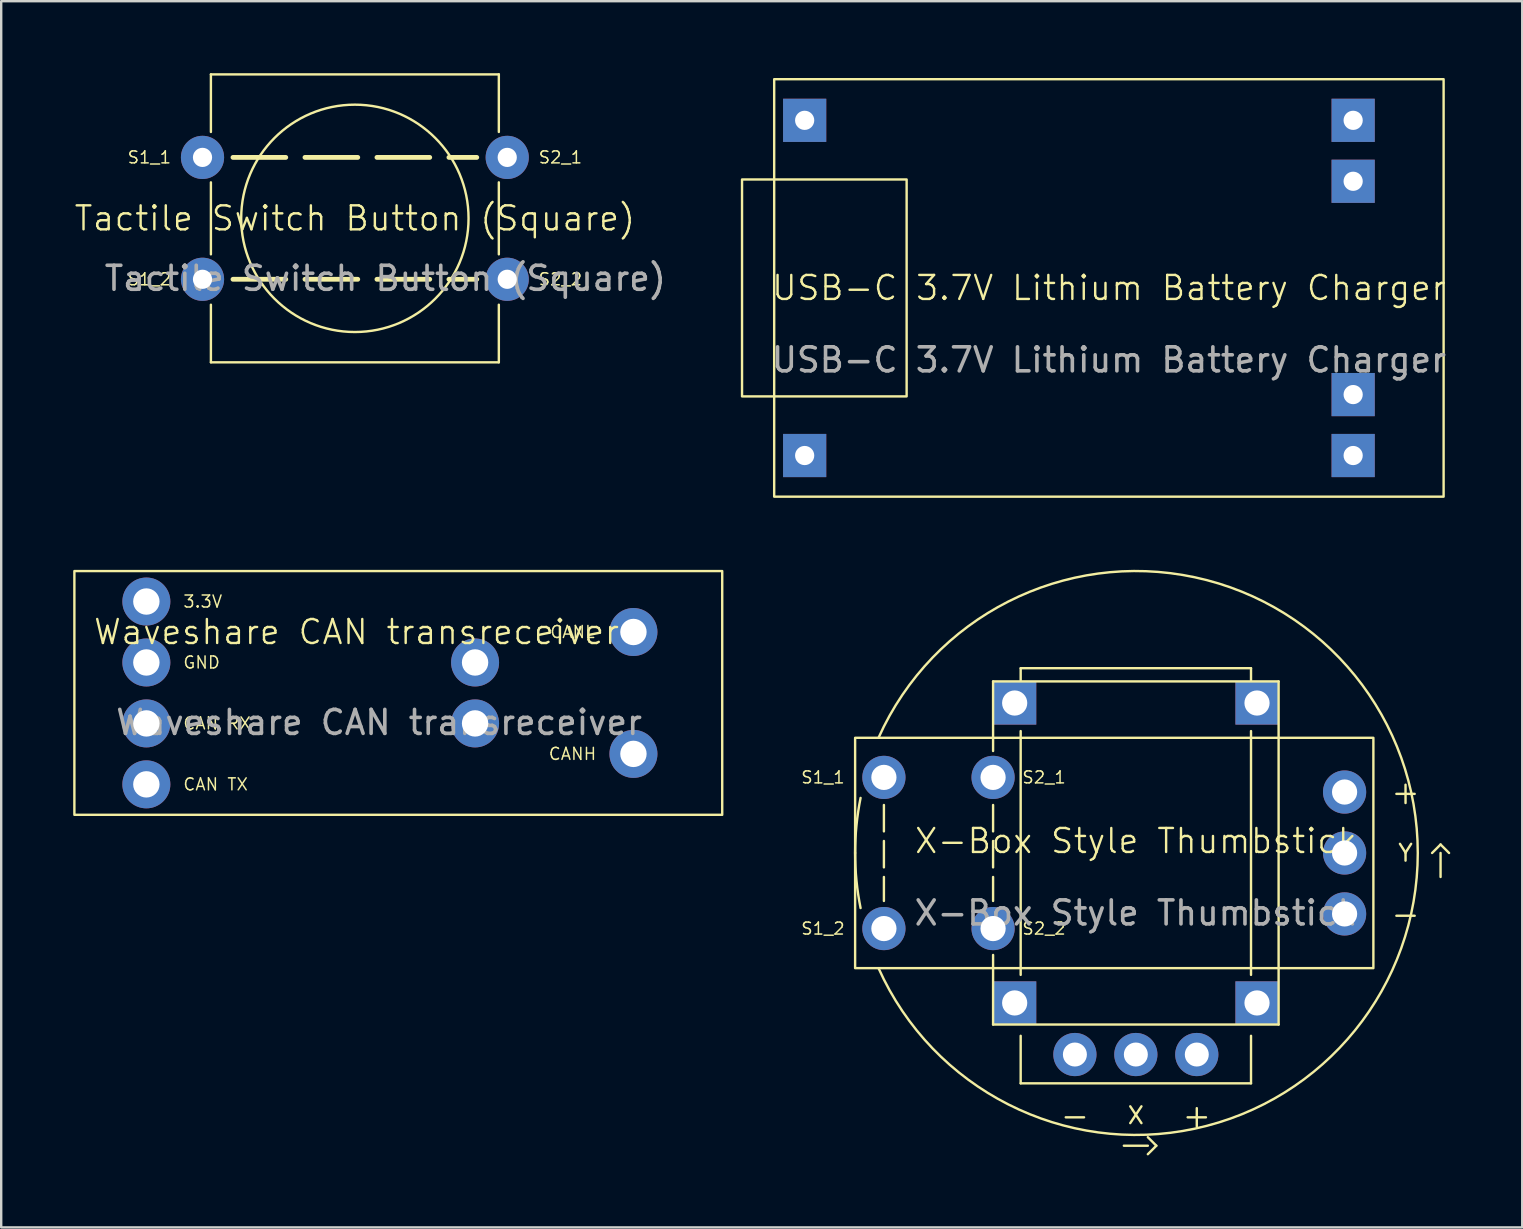
<source format=kicad_pcb>
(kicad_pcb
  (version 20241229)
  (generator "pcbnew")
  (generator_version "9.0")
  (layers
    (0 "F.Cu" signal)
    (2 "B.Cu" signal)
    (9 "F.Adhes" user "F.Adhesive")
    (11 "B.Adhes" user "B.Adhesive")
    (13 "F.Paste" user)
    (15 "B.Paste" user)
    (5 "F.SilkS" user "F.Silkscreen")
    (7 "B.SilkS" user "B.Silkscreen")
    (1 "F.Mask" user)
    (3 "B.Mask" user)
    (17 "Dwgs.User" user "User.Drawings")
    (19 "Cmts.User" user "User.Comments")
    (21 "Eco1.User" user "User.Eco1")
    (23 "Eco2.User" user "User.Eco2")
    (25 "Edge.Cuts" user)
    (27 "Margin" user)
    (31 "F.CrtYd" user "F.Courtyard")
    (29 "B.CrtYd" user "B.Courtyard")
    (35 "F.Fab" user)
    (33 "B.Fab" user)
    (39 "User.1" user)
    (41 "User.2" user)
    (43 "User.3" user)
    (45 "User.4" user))
  (footprint "Tactile Switch Button (Square)"
    (layer "F.Cu")
    (at 11.74 6.05)
    (property "Reference" "Tactile Switch Button (Square)" (at 0 0 0) (unlocked yes) (layer "F.SilkS") (effects (font (size 1 1) (thickness 0.1))))
    (fp_line (start -6 -6) (end -6 -3.6) (stroke (width 0.1) (type solid)) (layer "F.SilkS"))
    (fp_line (start -6 -6) (end 6 -6) (stroke (width 0.1) (type default)) (layer "F.SilkS"))
    (fp_line (start -6 1.5) (end -6 -1.5) (stroke (width 0.1) (type solid)) (layer "F.SilkS"))
    (fp_line (start -6 6) (end -6 3.6) (stroke (width 0.1) (type solid)) (layer "F.SilkS"))
    (fp_line (start -5.08 -2.54) (end 5.08 -2.54) (stroke (width 0.2) (type dash)) (layer "F.SilkS"))
    (fp_line (start -5.08 2.54) (end 5.08 2.54) (stroke (width 0.2) (type dash)) (layer "F.SilkS"))
    (fp_line (start 6 -6) (end 6 -3.6) (stroke (width 0.1) (type solid)) (layer "F.SilkS"))
    (fp_line (start 6 -1.5) (end 6 1.5) (stroke (width 0.1) (type solid)) (layer "F.SilkS"))
    (fp_line (start 6 3.6) (end 6 6) (stroke (width 0.1) (type solid)) (layer "F.SilkS"))
    (fp_line (start 6 6) (end -6 6) (stroke (width 0.1) (type default)) (layer "F.SilkS"))
    (fp_circle (center 0 0) (end 3.35 3.35) (stroke (width 0.1) (type solid)) (fill no) (layer "F.SilkS"))
    (fp_text user "S2_2" (at 7.62 2.54 0) (unlocked yes) (layer "F.SilkS") (effects (font (size 0.5 0.5) (thickness 0.062)) (justify left)))
    (fp_text user "S2_1" (at 7.62 -2.54 0) (unlocked yes) (layer "F.SilkS") (effects (font (size 0.5 0.5) (thickness 0.062)) (justify left)))
    (fp_text user "S1_1" (at -7.62 -2.54 0) (unlocked yes) (layer "F.SilkS") (effects (font (size 0.5 0.5) (thickness 0.062)) (justify right)))
    (fp_text user "S1_2" (at -7.62 2.54 0) (unlocked yes) (layer "F.SilkS") (effects (font (size 0.5 0.5) (thickness 0.062)) (justify right)))
    (fp_text user "${REFERENCE}" (at 1.27 2.5 0) (unlocked yes) (layer "F.Fab") (effects (font (size 1 1) (thickness 0.15))))
    (pad "1" thru_hole circle (at -6.35 -2.54) (size 1.8 1.8) (drill 0.8) (layers "*.Cu" "*.Mask"))
    (pad "2" thru_hole circle (at -6.35 2.54) (size 1.8 1.8) (drill 0.8) (layers "*.Cu" "*.Mask"))
    (pad "3" thru_hole circle (at 6.35 -2.54) (size 1.8 1.8) (drill 0.8) (layers "*.Cu" "*.Mask"))
    (pad "4" thru_hole circle (at 6.35 2.54) (size 1.8 1.8) (drill 0.8) (layers "*.Cu" "*.Mask")))
  (footprint "USB-C 3.7V Lithium Battery Charger"
    (layer "F.Cu")
    (at 29.216 0.25)
    (property "Reference" "USB-C 3.7V Lithium Battery Charger" (at 13.95 8.7 0) (unlocked yes) (layer "F.SilkS") (effects (font (size 1 1) (thickness 0.1))))
    (fp_rect (start -1.34 4.18) (end 5.52 13.22) (stroke (width 0.1) (type solid)) (fill no) (layer "F.SilkS"))
    (fp_rect (start 0 0) (end 27.9 17.4) (stroke (width 0.1) (type solid)) (fill no) (layer "F.SilkS"))
    (fp_text user "${REFERENCE}" (at 13.95 11.7 0) (unlocked yes) (layer "F.Fab") (effects (font (size 1 1) (thickness 0.15))))
    (pad "1" thru_hole rect (at 1.27 1.715) (size 1.8 1.8) (drill 0.8) (layers "*.Cu" "*.Mask"))
    (pad "1" thru_hole rect (at 1.27 15.685) (size 1.8 1.8) (drill 0.8) (layers "*.Cu" "*.Mask"))
    (pad "1" thru_hole rect (at 24.13 1.715) (size 1.8 1.8) (drill 0.8) (layers "*.Cu" "*.Mask"))
    (pad "1" thru_hole rect (at 24.13 4.255) (size 1.8 1.8) (drill 0.8) (layers "*.Cu" "*.Mask"))
    (pad "1" thru_hole rect (at 24.13 13.145) (size 1.8 1.8) (drill 0.8) (layers "*.Cu" "*.Mask"))
    (pad "1" thru_hole rect (at 24.13 15.685) (size 1.8 1.8) (drill 0.8) (layers "*.Cu" "*.Mask")))
  (footprint "X-Box Style Thumbstick"
    (layer "F.Cu")
    (at 44.289 32.5)
    (property "Reference" "X-Box Style Thumbstick" (at 0 -0.5 0) (unlocked yes) (layer "F.SilkS") (effects (font (size 1 1) (thickness 0.1))))
    (fp_line (start -10.5 -2) (end -10.5 2) (stroke (width 0.1) (type dash)) (layer "F.SilkS"))
    (fp_line (start -5.95 -7.15) (end -5.95 -4.25) (stroke (width 0.1) (type solid)) (layer "F.SilkS"))
    (fp_line (start -5.95 -2) (end -5.95 2) (stroke (width 0.1) (type dash)) (layer "F.SilkS"))
    (fp_line (start -5.95 7.15) (end -5.95 4.25) (stroke (width 0.1) (type solid)) (layer "F.SilkS"))
    (fp_line (start -5.95 7.15) (end 5.95 7.15) (stroke (width 0.1) (type default)) (layer "F.SilkS"))
    (fp_line (start -4.8 -7.7) (end -4.8 -7.2) (stroke (width 0.1) (type solid)) (layer "F.SilkS"))
    (fp_line (start -4.8 -7.7) (end 4.8 -7.7) (stroke (width 0.1) (type default)) (layer "F.SilkS"))
    (fp_line (start -4.8 -5.08) (end -4.8 5.08) (stroke (width 0.1) (type default)) (layer "F.SilkS"))
    (fp_line (start -4.8 9.6) (end -4.8 7.62) (stroke (width 0.1) (type default)) (layer "F.SilkS"))
    (fp_line (start 0.5 12.2) (end -0.5 12.2) (stroke (width 0.1) (type solid)) (layer "F.SilkS"))
    (fp_line (start 0.854 12.2) (end 0.5 11.846) (stroke (width 0.1) (type solid)) (layer "F.SilkS"))
    (fp_line (start 0.854 12.2) (end 0.5 12.554) (stroke (width 0.1) (type solid)) (layer "F.SilkS"))
    (fp_line (start 4.8 -7.7) (end 4.8 -7.2) (stroke (width 0.1) (type solid)) (layer "F.SilkS"))
    (fp_line (start 4.8 -5.08) (end 4.8 5.08) (stroke (width 0.1) (type default)) (layer "F.SilkS"))
    (fp_line (start 4.8 9.6) (end -4.8 9.6) (stroke (width 0.1) (type default)) (layer "F.SilkS"))
    (fp_line (start 4.8 9.6) (end 4.8 7.62) (stroke (width 0.1) (type default)) (layer "F.SilkS"))
    (fp_line (start 5.95 -7.15) (end -5.95 -7.15) (stroke (width 0.1) (type default)) (layer "F.SilkS"))
    (fp_line (start 5.95 7.15) (end 5.95 -7.15) (stroke (width 0.1) (type default)) (layer "F.SilkS"))
    (fp_line (start 12.7 -0.354) (end 12.346 0) (stroke (width 0.1) (type solid)) (layer "F.SilkS"))
    (fp_line (start 12.7 -0.354) (end 13.054 0) (stroke (width 0.1) (type solid)) (layer "F.SilkS"))
    (fp_line (start 12.7 0) (end 12.7 1) (stroke (width 0.1) (type solid)) (layer "F.SilkS"))
    (fp_rect (start -11.7 -4.8) (end 9.9 4.8) (stroke (width 0.1) (type solid)) (fill no) (layer "F.SilkS"))
    (fp_arc (start -11.7 0) (mid -11.64306 -1.15289) (end -11.472794 -2.294559) (stroke (width 0.1) (type solid)) (layer "F.SilkS"))
    (fp_arc (start -11.472794 2.294559) (mid -11.64306 1.15289) (end -11.7 0) (stroke (width 0.1) (type solid)) (layer "F.SilkS"))
    (fp_arc (start -10.724854 -4.8) (mid 11.75 0) (end -10.724854 4.8) (stroke (width 0.1) (type default)) (layer "F.SilkS"))
    (fp_text user "+" (at 2.54 10.94 0) (unlocked yes) (layer "F.SilkS") (effects (font (size 1 1) (thickness 0.1))))
    (fp_text user "S1_1" (at -13.04 -3.15 0) (unlocked yes) (layer "F.SilkS") (effects (font (size 0.5 0.5) (thickness 0.062))))
    (fp_text user "S2_1" (at -2.88 -3.15 0) (unlocked yes) (layer "F.SilkS") (effects (font (size 0.5 0.5) (thickness 0.062)) (justify right)))
    (fp_text user "-" (at -2.54 10.94 0) (unlocked yes) (layer "F.SilkS") (effects (font (size 1 1) (thickness 0.1))))
    (fp_text user "X" (at 0 10.94 0) (unlocked yes) (layer "F.SilkS") (effects (font (size 0.7 0.7) (thickness 0.1))))
    (fp_text user "Y" (at 11.24 0 0) (unlocked yes) (layer "F.SilkS") (effects (font (size 0.7 0.7) (thickness 0.1))))
    (fp_text user "S1_2" (at -13.04 3.15 0) (unlocked yes) (layer "F.SilkS") (effects (font (size 0.5 0.5) (thickness 0.062))))
    (fp_text user "-" (at 11.24 2.54 0) (unlocked yes) (layer "F.SilkS") (effects (font (size 1 1) (thickness 0.1))))
    (fp_text user "+" (at 11.24 -2.54 0) (unlocked yes) (layer "F.SilkS") (effects (font (size 1 1) (thickness 0.1))))
    (fp_text user "S2_2" (at -2.88 3.15 0) (unlocked yes) (layer "F.SilkS") (effects (font (size 0.5 0.5) (thickness 0.062)) (justify right)))
    (fp_text user "${REFERENCE}" (at 0 2.5 0) (unlocked yes) (layer "F.Fab") (effects (font (size 1 1) (thickness 0.15))))
    (pad "" thru_hole rect (at -5.05 -6.25) (size 1.8 1.8) (drill 1.05) (layers "*.Cu" "*.Mask"))
    (pad "" thru_hole rect (at -5.05 6.25) (size 1.8 1.8) (drill 1.05) (layers "*.Cu" "*.Mask"))
    (pad "" thru_hole rect (at 5.05 -6.25) (size 1.8 1.8) (drill 1.05) (layers "*.Cu" "*.Mask"))
    (pad "" thru_hole rect (at 5.05 6.25) (size 1.8 1.8) (drill 1.05) (layers "*.Cu" "*.Mask"))
    (pad "1" thru_hole circle (at -2.54 8.4) (size 1.8 1.8) (drill 1) (layers "*.Cu" "*.Mask"))
    (pad "2" thru_hole circle (at 0 8.4) (size 1.8 1.8) (drill 1) (layers "*.Cu" "*.Mask"))
    (pad "3" thru_hole circle (at 2.54 8.4) (size 1.8 1.8) (drill 1) (layers "*.Cu" "*.Mask"))
    (pad "4" thru_hole circle (at 8.7 2.54) (size 1.8 1.8) (drill 1.05) (layers "*.Cu" "*.Mask"))
    (pad "5" thru_hole circle (at 8.7 0) (size 1.8 1.8) (drill 1.05) (layers "*.Cu" "*.Mask"))
    (pad "6" thru_hole circle (at 8.7 -2.54) (size 1.8 1.8) (drill 1.05) (layers "*.Cu" "*.Mask"))
    (pad "7" thru_hole circle (at -5.95 -3.15) (size 1.8 1.8) (drill 1.05) (layers "*.Cu" "*.Mask"))
    (pad "8" thru_hole circle (at -10.5 -3.15) (size 1.8 1.8) (drill 1.05) (layers "*.Cu" "*.Mask"))
    (pad "9" thru_hole circle (at -5.95 3.15) (size 1.8 1.8) (drill 1.05) (layers "*.Cu" "*.Mask"))
    (pad "10" thru_hole circle (at -10.5 3.15) (size 1.8 1.8) (drill 1.05) (layers "*.Cu" "*.Mask")))
  (footprint "Waveshare CAN transreceiver"
    (layer "F.Cu")
    (at 27.05 30.91)
    (property "Reference" "Waveshare CAN transreceiver" (at -15.24 -7.62 0) (unlocked yes) (layer "F.SilkS") (effects (font (size 1 1) (thickness 0.1))))
    (fp_rect (start -27 -10.16) (end 0 0) (stroke (width 0.1) (type solid)) (fill no) (layer "F.SilkS"))
    (fp_text user "CAN RX" (at -22.5 -3.81 0) (unlocked yes) (layer "F.SilkS") (effects (font (size 0.5 0.5) (thickness 0.062)) (justify left)))
    (fp_text user "CANL" (at -6.24 -7.62 0) (unlocked yes) (layer "F.SilkS") (effects (font (size 0.5 0.5) (thickness 0.062))))
    (fp_text user "CAN TX" (at -22.5 -1.27 0) (unlocked yes) (layer "F.SilkS") (effects (font (size 0.5 0.5) (thickness 0.062)) (justify left)))
    (fp_text user "GND" (at -22.5 -6.35 0) (unlocked yes) (layer "F.SilkS") (effects (font (size 0.5 0.5) (thickness 0.062)) (justify left)))
    (fp_text user "CANH" (at -6.24 -2.54 0) (unlocked yes) (layer "F.SilkS") (effects (font (size 0.5 0.5) (thickness 0.062))))
    (fp_text user "3.3V" (at -22.5 -8.89 0) (unlocked yes) (layer "F.SilkS") (effects (font (size 0.5 0.5) (thickness 0.062)) (justify left)))
    (fp_text user "${REFERENCE}" (at -14.3 -3.85 0) (unlocked yes) (layer "F.Fab") (effects (font (size 1 1) (thickness 0.15))))
    (pad "1" thru_hole circle (at -24 -8.89) (size 2 2) (drill 1.1) (layers "*.Cu" "*.Mask"))
    (pad "2" thru_hole circle (at -24 -6.35) (size 2 2) (drill 1.1) (layers "*.Cu" "*.Mask"))
    (pad "3" thru_hole circle (at -24 -3.81) (size 2 2) (drill 1.1) (layers "*.Cu" "*.Mask"))
    (pad "4" thru_hole circle (at -24 -1.27) (size 2 2) (drill 1.1) (layers "*.Cu" "*.Mask"))
    (pad "5" thru_hole circle (at -3.7 -7.62) (size 2 2) (drill 1.1) (layers "*.Cu" "*.Mask"))
    (pad "6" thru_hole circle (at -3.7 -2.54) (size 2 2) (drill 1.1) (layers "*.Cu" "*.Mask"))
    (pad "7" thru_hole circle (at -10.3 -6.35) (size 2 2) (drill 1.1) (layers "*.Cu" "*.Mask"))
    (pad "8" thru_hole circle (at -10.3 -3.81) (size 2 2) (drill 1.1) (layers "*.Cu" "*.Mask")))
  (gr_rect
    (start -3 -3)
    (end 60.392 48.104)
    (stroke (width 0.1) (type default))
    (fill no)
    (layer "Edge.Cuts")))
</source>
